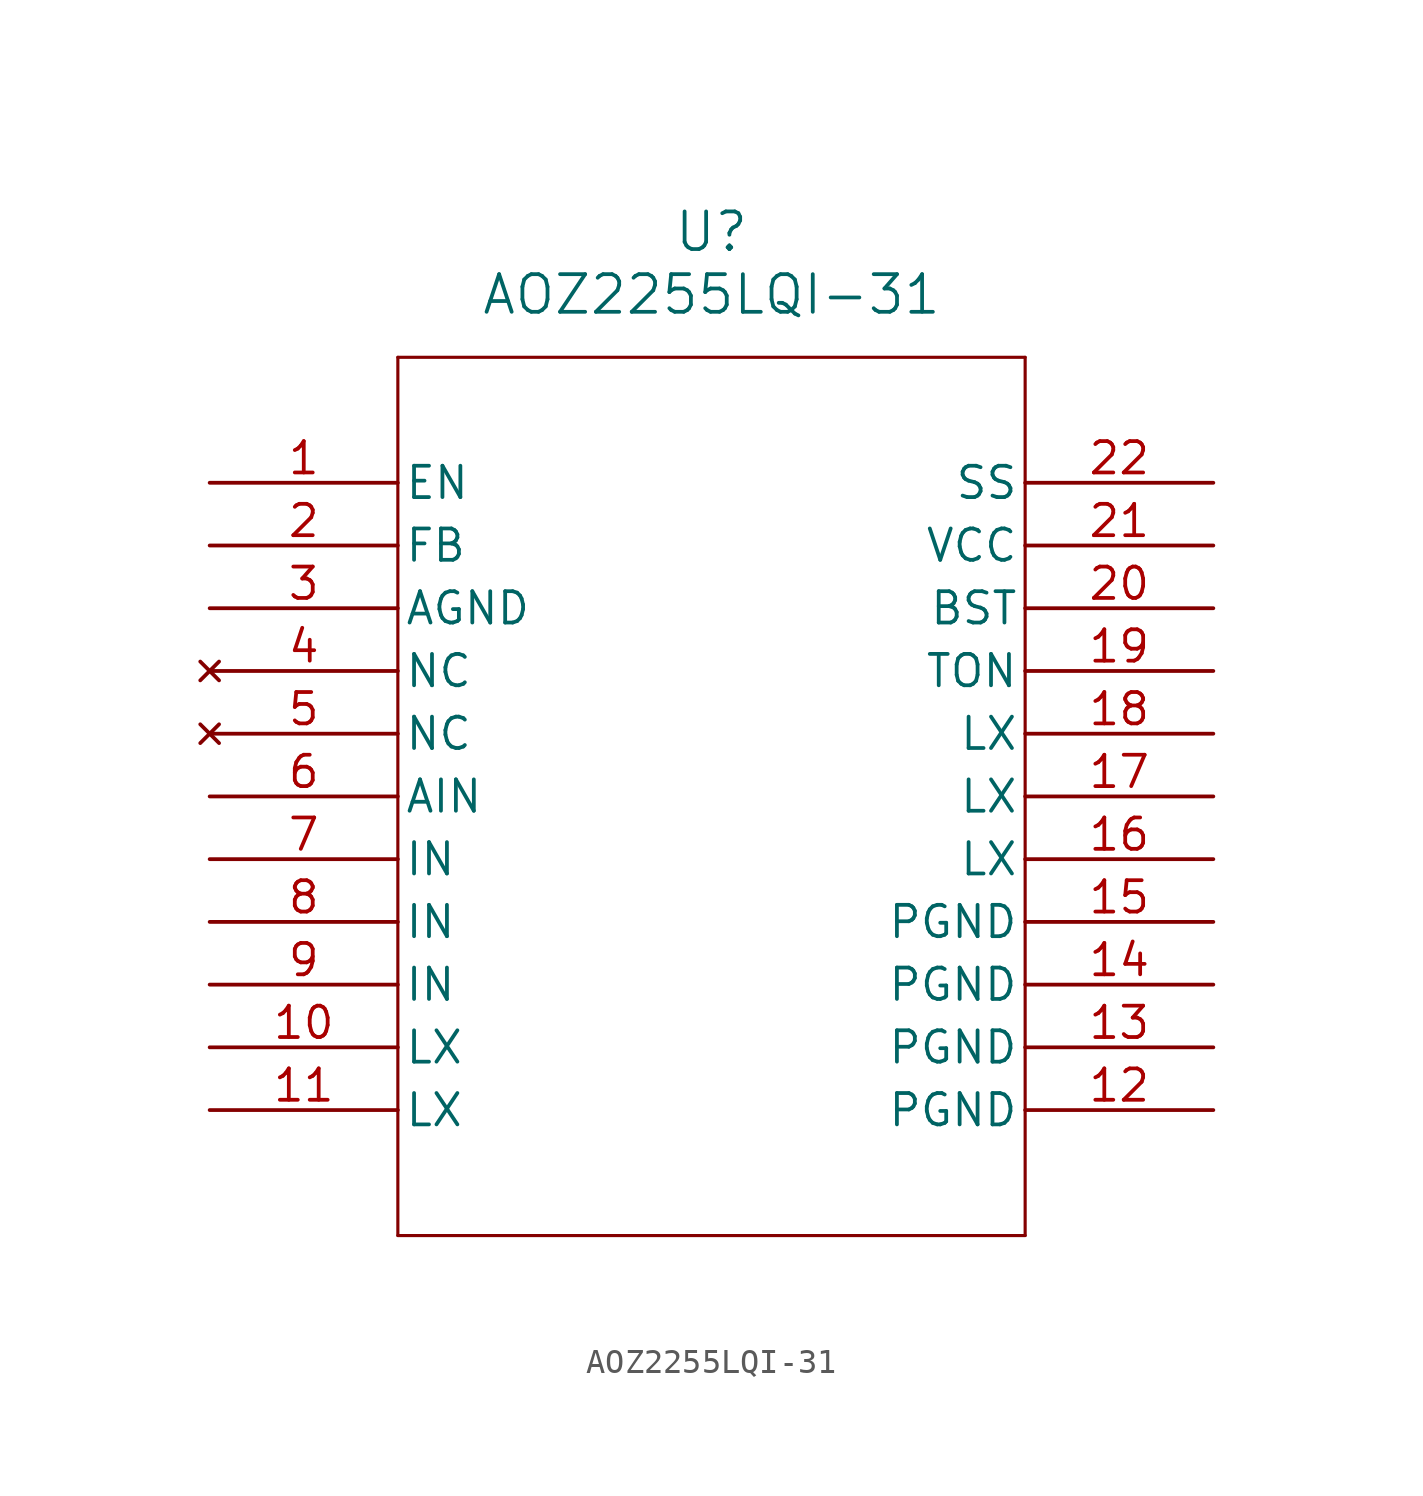
<source format=kicad_sym>
(kicad_symbol_lib
  (version 20211014)
  (generator kicad_symbol_editor)
  (symbol "AOZ2255LQI-31"
    (pin_names
      (offset 0.254))
    (property "Reference" "U"
      (at 20.32 10.16 0)
      (effects (font (size 1.524 1.524))))
    (property "Value" "AOZ2255LQI-31"
      (at 20.32 7.62 0)
      (effects (font (size 1.524 1.524))))
    (symbol "AOZ2255LQI-31_0_1"
      (polyline (pts (xy 7.62 5.08) (xy 7.62 -30.48)) (stroke (width 0.127) (type default) (color 0 0 0 0)) (fill (type none)))
      (polyline (pts (xy 7.62 -30.48) (xy 33.02 -30.48)) (stroke (width 0.127) (type default) (color 0 0 0 0)) (fill (type none)))
      (polyline (pts (xy 33.02 -30.48) (xy 33.02 5.08)) (stroke (width 0.127) (type default) (color 0 0 0 0)) (fill (type none)))
      (polyline (pts (xy 33.02 5.08) (xy 7.62 5.08)) (stroke (width 0.127) (type default) (color 0 0 0 0)) (fill (type none)))
      (pin input line (at 0 0 0) (length 7.62) (name "EN" (effects (font (size 1.27 1.27)))) (number "1" (effects (font (size 1.27 1.27)))))
      (pin input line (at 0 -2.54 0) (length 7.62) (name "FB" (effects (font (size 1.27 1.27)))) (number "2" (effects (font (size 1.27 1.27)))))
      (pin power_out line (at 0 -5.08 0) (length 7.62) (name "AGND" (effects (font (size 1.27 1.27)))) (number "3" (effects (font (size 1.27 1.27)))))
      (pin no_connect line (at 0 -7.62 0) (length 7.62) (name "NC" (effects (font (size 1.27 1.27)))) (number "4" (effects (font (size 1.27 1.27)))))
      (pin no_connect line (at 0 -10.16 0) (length 7.62) (name "NC" (effects (font (size 1.27 1.27)))) (number "5" (effects (font (size 1.27 1.27)))))
      (pin unspecified line (at 0 -12.7 0) (length 7.62) (name "AIN" (effects (font (size 1.27 1.27)))) (number "6" (effects (font (size 1.27 1.27)))))
      (pin input line (at 0 -15.24 0) (length 7.62) (name "IN" (effects (font (size 1.27 1.27)))) (number "7" (effects (font (size 1.27 1.27)))))
      (pin input line (at 0 -17.78 0) (length 7.62) (name "IN" (effects (font (size 1.27 1.27)))) (number "8" (effects (font (size 1.27 1.27)))))
      (pin input line (at 0 -20.32 0) (length 7.62) (name "IN" (effects (font (size 1.27 1.27)))) (number "9" (effects (font (size 1.27 1.27)))))
      (pin unspecified line (at 0 -22.86 0) (length 7.62) (name "LX" (effects (font (size 1.27 1.27)))) (number "10" (effects (font (size 1.27 1.27)))))
      (pin unspecified line (at 0 -25.4 0) (length 7.62) (name "LX" (effects (font (size 1.27 1.27)))) (number "11" (effects (font (size 1.27 1.27)))))
      (pin power_out line (at 40.64 -25.4 180) (length 7.62) (name "PGND" (effects (font (size 1.27 1.27)))) (number "12" (effects (font (size 1.27 1.27)))))
      (pin power_out line (at 40.64 -22.86 180) (length 7.62) (name "PGND" (effects (font (size 1.27 1.27)))) (number "13" (effects (font (size 1.27 1.27)))))
      (pin power_out line (at 40.64 -20.32 180) (length 7.62) (name "PGND" (effects (font (size 1.27 1.27)))) (number "14" (effects (font (size 1.27 1.27)))))
      (pin power_out line (at 40.64 -17.78 180) (length 7.62) (name "PGND" (effects (font (size 1.27 1.27)))) (number "15" (effects (font (size 1.27 1.27)))))
      (pin unspecified line (at 40.64 -15.24 180) (length 7.62) (name "LX" (effects (font (size 1.27 1.27)))) (number "16" (effects (font (size 1.27 1.27)))))
      (pin unspecified line (at 40.64 -12.7 180) (length 7.62) (name "LX" (effects (font (size 1.27 1.27)))) (number "17" (effects (font (size 1.27 1.27)))))
      (pin unspecified line (at 40.64 -10.16 180) (length 7.62) (name "LX" (effects (font (size 1.27 1.27)))) (number "18" (effects (font (size 1.27 1.27)))))
      (pin input line (at 40.64 -7.62 180) (length 7.62) (name "TON" (effects (font (size 1.27 1.27)))) (number "19" (effects (font (size 1.27 1.27)))))
      (pin unspecified line (at 40.64 -5.08 180) (length 7.62) (name "BST" (effects (font (size 1.27 1.27)))) (number "20" (effects (font (size 1.27 1.27)))))
      (pin power_in line (at 40.64 -2.54 180) (length 7.62) (name "VCC" (effects (font (size 1.27 1.27)))) (number "21" (effects (font (size 1.27 1.27)))))
      (pin unspecified line (at 40.64 0 180) (length 7.62) (name "SS" (effects (font (size 1.27 1.27)))) (number "22" (effects (font (size 1.27 1.27))))))))
</source>
